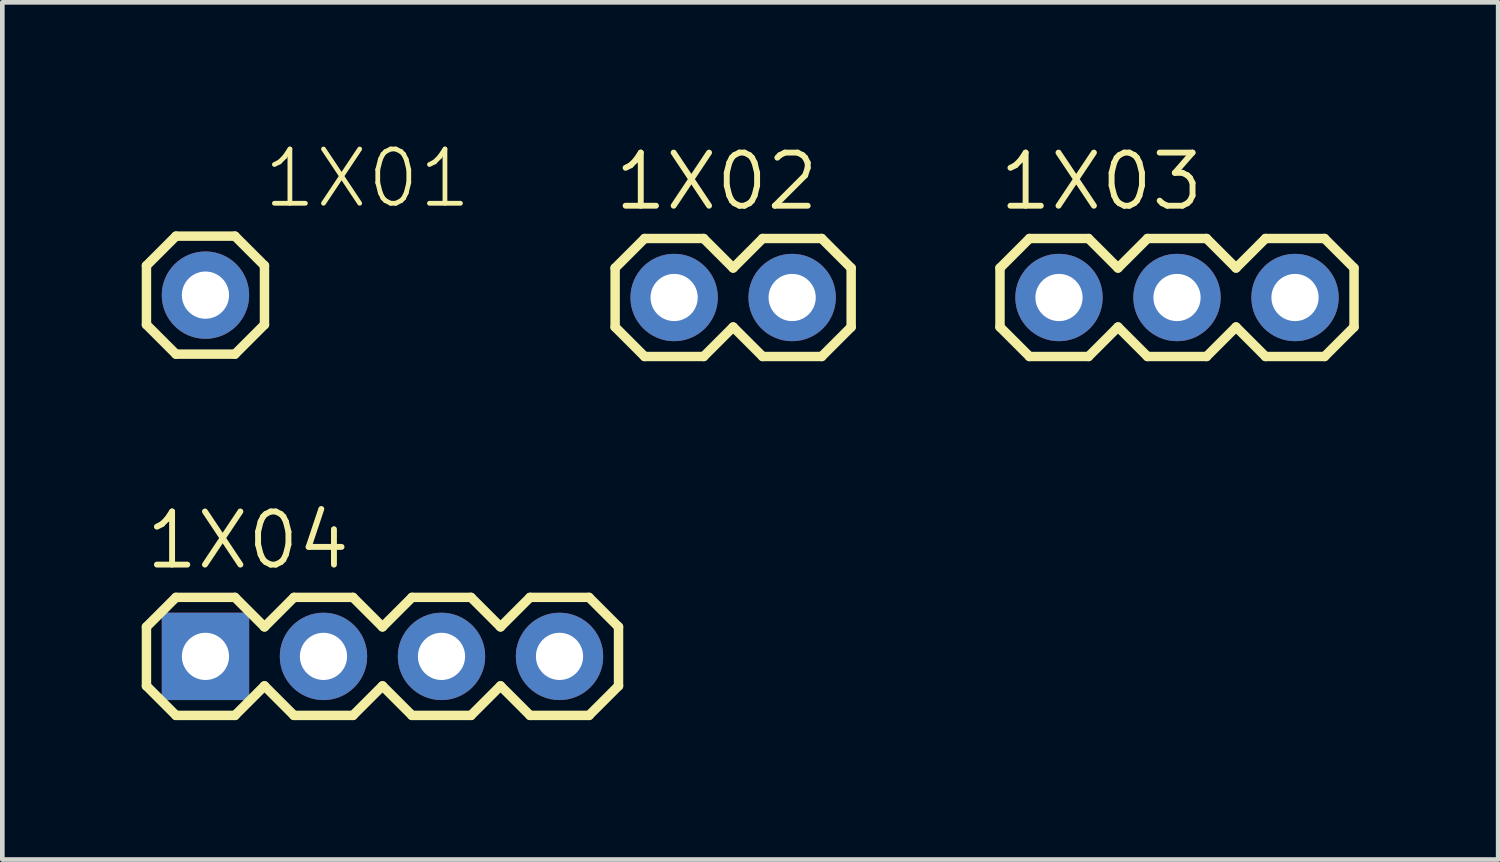
<source format=kicad_pcb>
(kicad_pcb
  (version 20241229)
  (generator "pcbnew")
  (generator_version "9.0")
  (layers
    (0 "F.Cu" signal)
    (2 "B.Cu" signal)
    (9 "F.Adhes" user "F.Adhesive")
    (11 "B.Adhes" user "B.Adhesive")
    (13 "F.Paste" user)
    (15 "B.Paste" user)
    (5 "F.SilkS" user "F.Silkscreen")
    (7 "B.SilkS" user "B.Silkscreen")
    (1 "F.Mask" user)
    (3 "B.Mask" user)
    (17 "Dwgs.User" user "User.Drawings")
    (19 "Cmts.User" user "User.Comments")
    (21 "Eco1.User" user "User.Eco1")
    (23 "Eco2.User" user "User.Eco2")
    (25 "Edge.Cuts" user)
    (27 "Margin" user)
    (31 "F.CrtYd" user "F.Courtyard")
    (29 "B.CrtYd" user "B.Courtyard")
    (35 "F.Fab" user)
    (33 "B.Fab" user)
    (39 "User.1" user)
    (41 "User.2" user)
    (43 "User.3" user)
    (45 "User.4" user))
  (footprint "1X03"
    (layer "F.Cu")
    (at 19.742 3.353)
    (property "Reference" "1X03" (at -1.346 -1.829 0) (layer "F.SilkS") (effects (font (size 1.143 1.143) (thickness 0.127)) (justify left bottom)))
    (fp_line (start -1.27 -0.635) (end -1.27 0.635) (stroke (width 0.203) (type solid)) (layer "F.SilkS"))
    (fp_line (start -1.27 0.635) (end -0.635 1.27) (stroke (width 0.203) (type solid)) (layer "F.SilkS"))
    (fp_line (start -0.635 -1.27) (end -1.27 -0.635) (stroke (width 0.203) (type solid)) (layer "F.SilkS"))
    (fp_line (start -0.635 -1.27) (end 0.635 -1.27) (stroke (width 0.203) (type solid)) (layer "F.SilkS"))
    (fp_line (start 0.635 -1.27) (end 1.27 -0.635) (stroke (width 0.203) (type solid)) (layer "F.SilkS"))
    (fp_line (start 0.635 1.27) (end -0.635 1.27) (stroke (width 0.203) (type solid)) (layer "F.SilkS"))
    (fp_line (start 1.27 -0.635) (end 1.905 -1.27) (stroke (width 0.203) (type solid)) (layer "F.SilkS"))
    (fp_line (start 1.27 0.635) (end 0.635 1.27) (stroke (width 0.203) (type solid)) (layer "F.SilkS"))
    (fp_line (start 1.905 -1.27) (end 3.175 -1.27) (stroke (width 0.203) (type solid)) (layer "F.SilkS"))
    (fp_line (start 1.905 1.27) (end 1.27 0.635) (stroke (width 0.203) (type solid)) (layer "F.SilkS"))
    (fp_line (start 3.175 -1.27) (end 3.81 -0.635) (stroke (width 0.203) (type solid)) (layer "F.SilkS"))
    (fp_line (start 3.175 1.27) (end 1.905 1.27) (stroke (width 0.203) (type solid)) (layer "F.SilkS"))
    (fp_line (start 3.81 -0.635) (end 4.445 -1.27) (stroke (width 0.203) (type solid)) (layer "F.SilkS"))
    (fp_line (start 3.81 0.635) (end 3.175 1.27) (stroke (width 0.203) (type solid)) (layer "F.SilkS"))
    (fp_line (start 4.445 -1.27) (end 5.715 -1.27) (stroke (width 0.203) (type solid)) (layer "F.SilkS"))
    (fp_line (start 4.445 1.27) (end 3.81 0.635) (stroke (width 0.203) (type solid)) (layer "F.SilkS"))
    (fp_line (start 5.715 -1.27) (end 6.35 -0.635) (stroke (width 0.203) (type solid)) (layer "F.SilkS"))
    (fp_line (start 5.715 1.27) (end 4.445 1.27) (stroke (width 0.203) (type solid)) (layer "F.SilkS"))
    (fp_line (start 6.35 -0.635) (end 6.35 0.635) (stroke (width 0.203) (type solid)) (layer "F.SilkS"))
    (fp_line (start 6.35 0.635) (end 5.715 1.27) (stroke (width 0.203) (type solid)) (layer "F.SilkS"))
    (fp_poly (pts (xy -0.254 0.254) (xy 0.254 0.254) (xy 0.254 -0.254) (xy -0.254 -0.254)) (stroke (width 0.1) (type default)) (fill no) (layer "F.Fab"))
    (fp_poly (pts (xy 2.286 0.254) (xy 2.794 0.254) (xy 2.794 -0.254) (xy 2.286 -0.254)) (stroke (width 0.1) (type default)) (fill no) (layer "F.Fab"))
    (fp_poly (pts (xy 4.826 0.254) (xy 5.334 0.254) (xy 5.334 -0.254) (xy 4.826 -0.254)) (stroke (width 0.1) (type default)) (fill no) (layer "F.Fab"))
    (pad "1" thru_hole circle (at 0 0 90) (size 1.88 1.88) (drill 1.016) (layers "*.Cu" "*.Mask"))
    (pad "2" thru_hole circle (at 2.54 0 90) (size 1.88 1.88) (drill 1.016) (layers "*.Cu" "*.Mask"))
    (pad "3" thru_hole circle (at 5.08 0 90) (size 1.88 1.88) (drill 1.016) (layers "*.Cu" "*.Mask")))
  (footprint "1X01"
    (layer "F.Cu")
    (at 1.372 3.302)
    (property "Reference" "1X01" (at 1.194 -1.829 0) (layer "F.SilkS") (effects (font (size 1.168 1.168) (thickness 0.102)) (justify left bottom)))
    (fp_line (start -1.27 -0.635) (end -1.27 0.635) (stroke (width 0.203) (type solid)) (layer "F.SilkS"))
    (fp_line (start -1.27 0.635) (end -0.635 1.27) (stroke (width 0.203) (type solid)) (layer "F.SilkS"))
    (fp_line (start -0.635 -1.27) (end -1.27 -0.635) (stroke (width 0.203) (type solid)) (layer "F.SilkS"))
    (fp_line (start -0.635 1.27) (end 0.635 1.27) (stroke (width 0.203) (type solid)) (layer "F.SilkS"))
    (fp_line (start 0.635 -1.27) (end -0.635 -1.27) (stroke (width 0.203) (type solid)) (layer "F.SilkS"))
    (fp_line (start 0.635 1.27) (end 1.27 0.635) (stroke (width 0.203) (type solid)) (layer "F.SilkS"))
    (fp_line (start 1.27 -0.635) (end 0.635 -1.27) (stroke (width 0.203) (type solid)) (layer "F.SilkS"))
    (fp_line (start 1.27 0.635) (end 1.27 -0.635) (stroke (width 0.203) (type solid)) (layer "F.SilkS"))
    (fp_poly (pts (xy -0.254 0.254) (xy 0.254 0.254) (xy 0.254 -0.254) (xy -0.254 -0.254)) (stroke (width 0.1) (type default)) (fill no) (layer "F.Fab"))
    (pad "1" thru_hole circle (at 0 0 90) (size 1.88 1.88) (drill 1.016) (layers "*.Cu" "*.Mask")))
  (footprint "1X04"
    (layer "F.Cu")
    (at 1.372 11.077)
    (property "Reference" "1X04" (at -1.346 -1.829 0) (layer "F.SilkS") (effects (font (size 1.143 1.143) (thickness 0.127)) (justify left bottom)))
    (fp_line (start -1.27 -0.635) (end -1.27 0.635) (stroke (width 0.203) (type solid)) (layer "F.SilkS"))
    (fp_line (start -1.27 0.635) (end -0.635 1.27) (stroke (width 0.203) (type solid)) (layer "F.SilkS"))
    (fp_line (start -0.635 -1.27) (end -1.27 -0.635) (stroke (width 0.203) (type solid)) (layer "F.SilkS"))
    (fp_line (start -0.635 -1.27) (end 0.635 -1.27) (stroke (width 0.203) (type solid)) (layer "F.SilkS"))
    (fp_line (start 0.635 -1.27) (end 1.27 -0.635) (stroke (width 0.203) (type solid)) (layer "F.SilkS"))
    (fp_line (start 0.635 1.27) (end -0.635 1.27) (stroke (width 0.203) (type solid)) (layer "F.SilkS"))
    (fp_line (start 1.27 -0.635) (end 1.905 -1.27) (stroke (width 0.203) (type solid)) (layer "F.SilkS"))
    (fp_line (start 1.27 0.635) (end 0.635 1.27) (stroke (width 0.203) (type solid)) (layer "F.SilkS"))
    (fp_line (start 1.905 -1.27) (end 3.175 -1.27) (stroke (width 0.203) (type solid)) (layer "F.SilkS"))
    (fp_line (start 1.905 1.27) (end 1.27 0.635) (stroke (width 0.203) (type solid)) (layer "F.SilkS"))
    (fp_line (start 3.175 -1.27) (end 3.81 -0.635) (stroke (width 0.203) (type solid)) (layer "F.SilkS"))
    (fp_line (start 3.175 1.27) (end 1.905 1.27) (stroke (width 0.203) (type solid)) (layer "F.SilkS"))
    (fp_line (start 3.81 -0.635) (end 4.445 -1.27) (stroke (width 0.203) (type solid)) (layer "F.SilkS"))
    (fp_line (start 3.81 0.635) (end 3.175 1.27) (stroke (width 0.203) (type solid)) (layer "F.SilkS"))
    (fp_line (start 4.445 -1.27) (end 5.715 -1.27) (stroke (width 0.203) (type solid)) (layer "F.SilkS"))
    (fp_line (start 4.445 1.27) (end 3.81 0.635) (stroke (width 0.203) (type solid)) (layer "F.SilkS"))
    (fp_line (start 5.715 -1.27) (end 6.35 -0.635) (stroke (width 0.203) (type solid)) (layer "F.SilkS"))
    (fp_line (start 5.715 1.27) (end 4.445 1.27) (stroke (width 0.203) (type solid)) (layer "F.SilkS"))
    (fp_line (start 6.35 0.635) (end 5.715 1.27) (stroke (width 0.203) (type solid)) (layer "F.SilkS"))
    (fp_line (start 6.35 0.635) (end 6.985 1.27) (stroke (width 0.203) (type solid)) (layer "F.SilkS"))
    (fp_line (start 6.985 -1.27) (end 6.35 -0.635) (stroke (width 0.203) (type solid)) (layer "F.SilkS"))
    (fp_line (start 6.985 -1.27) (end 8.255 -1.27) (stroke (width 0.203) (type solid)) (layer "F.SilkS"))
    (fp_line (start 8.255 -1.27) (end 8.89 -0.635) (stroke (width 0.203) (type solid)) (layer "F.SilkS"))
    (fp_line (start 8.255 1.27) (end 6.985 1.27) (stroke (width 0.203) (type solid)) (layer "F.SilkS"))
    (fp_line (start 8.89 -0.635) (end 8.89 0.635) (stroke (width 0.203) (type solid)) (layer "F.SilkS"))
    (fp_line (start 8.89 0.635) (end 8.255 1.27) (stroke (width 0.203) (type solid)) (layer "F.SilkS"))
    (fp_poly (pts (xy -0.254 0.254) (xy 0.254 0.254) (xy 0.254 -0.254) (xy -0.254 -0.254)) (stroke (width 0.1) (type default)) (fill no) (layer "F.Fab"))
    (fp_poly (pts (xy 2.286 0.254) (xy 2.794 0.254) (xy 2.794 -0.254) (xy 2.286 -0.254)) (stroke (width 0.1) (type default)) (fill no) (layer "F.Fab"))
    (fp_poly (pts (xy 4.826 0.254) (xy 5.334 0.254) (xy 5.334 -0.254) (xy 4.826 -0.254)) (stroke (width 0.1) (type default)) (fill no) (layer "F.Fab"))
    (fp_poly (pts (xy 7.366 0.254) (xy 7.874 0.254) (xy 7.874 -0.254) (xy 7.366 -0.254)) (stroke (width 0.1) (type default)) (fill no) (layer "F.Fab"))
    (pad "1" thru_hole rect (at 0 0 90) (size 1.88 1.88) (drill 1.016) (layers "*.Cu" "*.Mask"))
    (pad "2" thru_hole circle (at 2.54 0 90) (size 1.88 1.88) (drill 1.016) (layers "*.Cu" "*.Mask"))
    (pad "3" thru_hole circle (at 5.08 0 90) (size 1.88 1.88) (drill 1.016) (layers "*.Cu" "*.Mask"))
    (pad "4" thru_hole circle (at 7.62 0 90) (size 1.88 1.88) (drill 1.016) (layers "*.Cu" "*.Mask")))
  (footprint "1X02"
    (layer "F.Cu")
    (at 11.459 3.353)
    (property "Reference" "1X02" (at -1.346 -1.829 0) (layer "F.SilkS") (effects (font (size 1.143 1.143) (thickness 0.127)) (justify left bottom)))
    (fp_line (start -1.27 -0.635) (end -1.27 0.635) (stroke (width 0.203) (type solid)) (layer "F.SilkS"))
    (fp_line (start -1.27 0.635) (end -0.635 1.27) (stroke (width 0.203) (type solid)) (layer "F.SilkS"))
    (fp_line (start -0.635 -1.27) (end -1.27 -0.635) (stroke (width 0.203) (type solid)) (layer "F.SilkS"))
    (fp_line (start -0.635 -1.27) (end 0.635 -1.27) (stroke (width 0.203) (type solid)) (layer "F.SilkS"))
    (fp_line (start 0.635 -1.27) (end 1.27 -0.635) (stroke (width 0.203) (type solid)) (layer "F.SilkS"))
    (fp_line (start 0.635 1.27) (end -0.635 1.27) (stroke (width 0.203) (type solid)) (layer "F.SilkS"))
    (fp_line (start 1.27 -0.635) (end 1.905 -1.27) (stroke (width 0.203) (type solid)) (layer "F.SilkS"))
    (fp_line (start 1.27 0.635) (end 0.635 1.27) (stroke (width 0.203) (type solid)) (layer "F.SilkS"))
    (fp_line (start 1.905 -1.27) (end 3.175 -1.27) (stroke (width 0.203) (type solid)) (layer "F.SilkS"))
    (fp_line (start 1.905 1.27) (end 1.27 0.635) (stroke (width 0.203) (type solid)) (layer "F.SilkS"))
    (fp_line (start 3.175 -1.27) (end 3.81 -0.635) (stroke (width 0.203) (type solid)) (layer "F.SilkS"))
    (fp_line (start 3.175 1.27) (end 1.905 1.27) (stroke (width 0.203) (type solid)) (layer "F.SilkS"))
    (fp_line (start 3.81 -0.635) (end 3.81 0.635) (stroke (width 0.203) (type solid)) (layer "F.SilkS"))
    (fp_line (start 3.81 0.635) (end 3.175 1.27) (stroke (width 0.203) (type solid)) (layer "F.SilkS"))
    (fp_poly (pts (xy -0.254 0.254) (xy 0.254 0.254) (xy 0.254 -0.254) (xy -0.254 -0.254)) (stroke (width 0.1) (type default)) (fill no) (layer "F.Fab"))
    (fp_poly (pts (xy 2.286 0.254) (xy 2.794 0.254) (xy 2.794 -0.254) (xy 2.286 -0.254)) (stroke (width 0.1) (type default)) (fill no) (layer "F.Fab"))
    (pad "1" thru_hole circle (at 0 0 90) (size 1.88 1.88) (drill 1.016) (layers "*.Cu" "*.Mask"))
    (pad "2" thru_hole circle (at 2.54 0 90) (size 1.88 1.88) (drill 1.016) (layers "*.Cu" "*.Mask")))
  (gr_rect
    (start -3 -3)
    (end 29.194 15.449)
    (stroke (width 0.1) (type default))
    (fill no)
    (layer "Edge.Cuts")))
</source>
